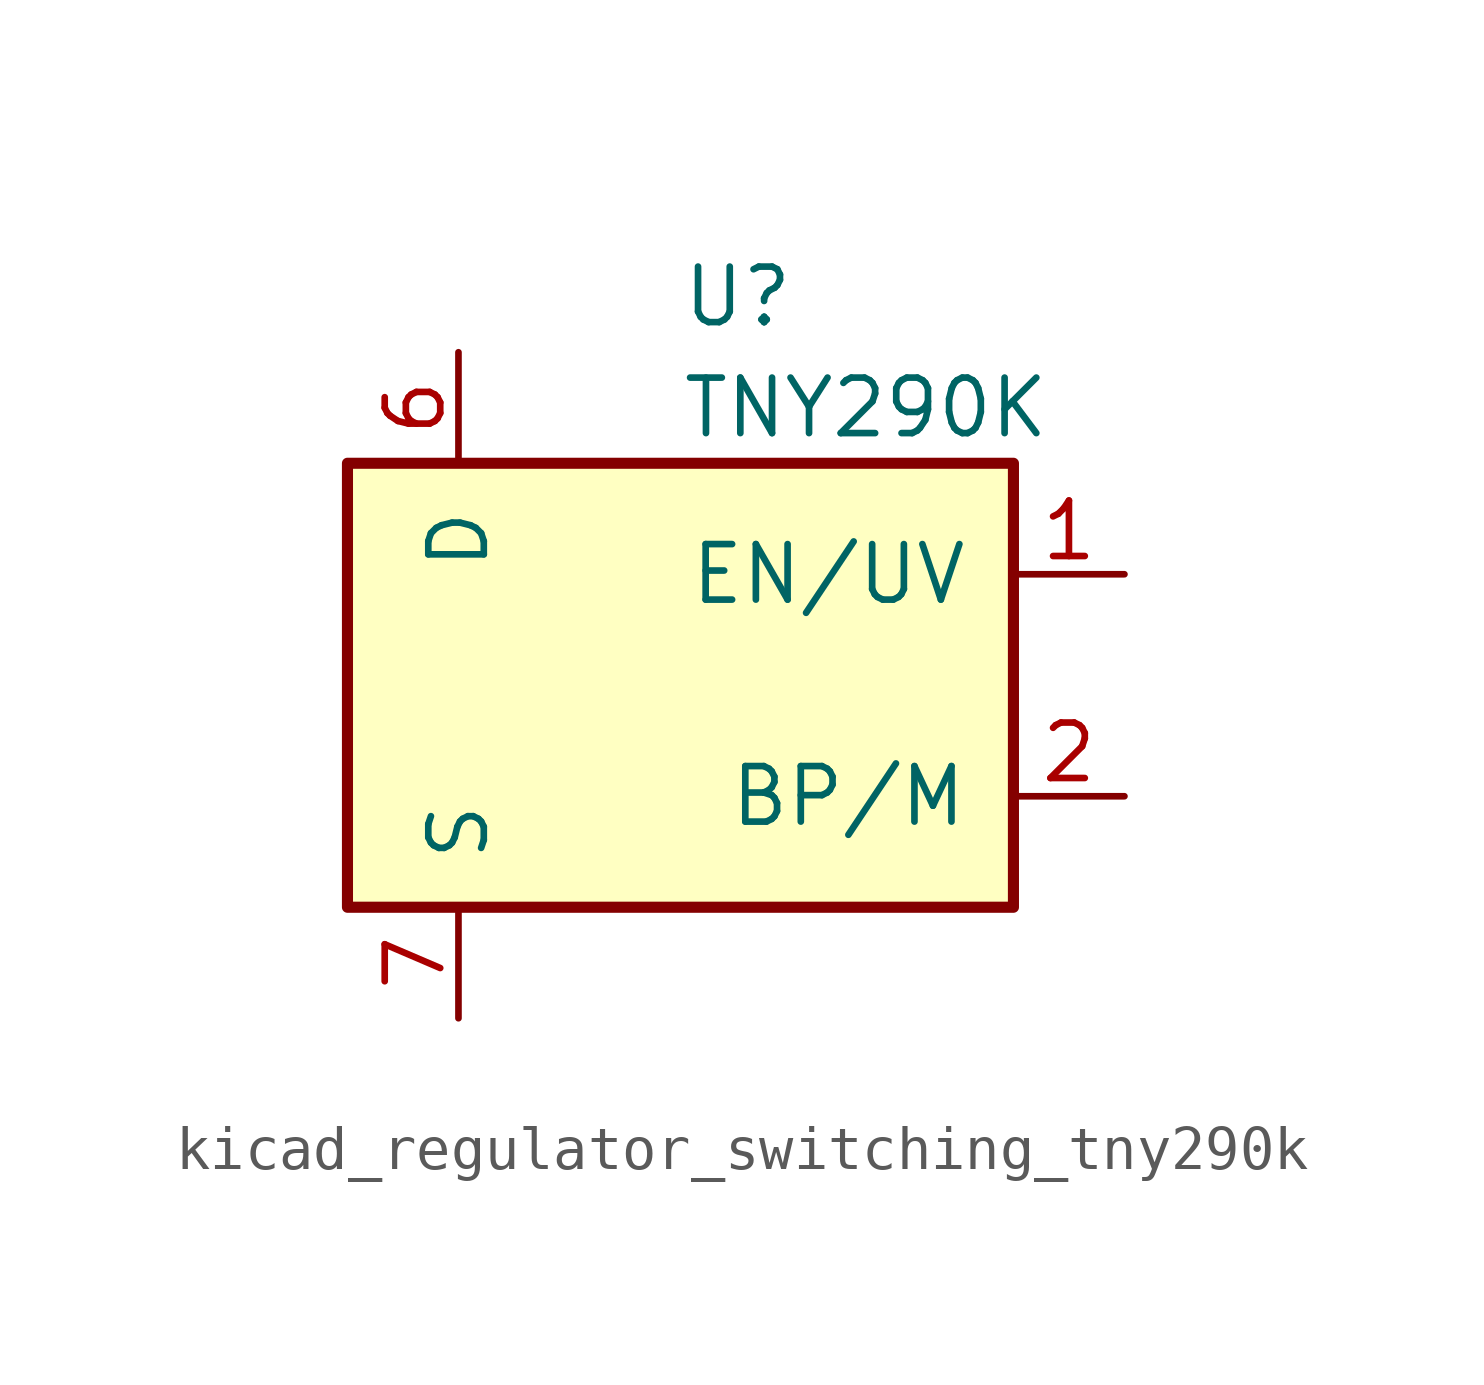
<source format=kicad_sym>
(kicad_symbol_lib
  (version 20220914)
  (generator kicad_symbol_editor)
  (symbol "kicad_regulator_switching_tny290k"
    (pin_names
      (offset 1.016))
    (property "Reference" "U"
      (at 0 8.89 0)
      (effects (font (size 1.27 1.27)) (justify left)))
    (property "Value" "TNY290K"
      (at 0 6.35 0)
      (effects (font (size 1.27 1.27)) (justify left)))
    (symbol "kicad_regulator_switching_tny290k_0_1"
      (rectangle (start -7.62 5.08) (end 7.62 -5.08) (stroke (width 0.254) (type default)) (fill (type background))))
    (symbol "kicad_regulator_switching_tny290k_1_1"
      (pin input line (at 10.16 2.54 180) (length 2.54) (name "EN/UV" (effects (font (size 1.27 1.27)))) (number "1" (effects (font (size 1.27 1.27)))))
      (pin passive line (at -5.08 -7.62 90) (length 2.54) hide (name "S" (effects (font (size 1.27 1.27)))) (number "10" (effects (font (size 1.27 1.27)))))
      (pin passive line (at -5.08 -7.62 90) (length 2.54) hide (name "S" (effects (font (size 1.27 1.27)))) (number "11" (effects (font (size 1.27 1.27)))))
      (pin passive line (at -5.08 -7.62 90) (length 2.54) hide (name "S" (effects (font (size 1.27 1.27)))) (number "12" (effects (font (size 1.27 1.27)))))
      (pin passive line (at -5.08 -7.62 90) (length 2.54) hide (name "S" (effects (font (size 1.27 1.27)))) (number "13" (effects (font (size 1.27 1.27)))))
      (pin input line (at 10.16 -2.54 180) (length 2.54) (name "BP/M" (effects (font (size 1.27 1.27)))) (number "2" (effects (font (size 1.27 1.27)))))
      (pin no_connect line (at -2.54 5.08 270) (length 2.54) hide (name "NC" (effects (font (size 1.27 1.27)))) (number "3" (effects (font (size 1.27 1.27)))))
      (pin no_connect line (at 0 5.08 270) (length 2.54) hide (name "NC" (effects (font (size 1.27 1.27)))) (number "4" (effects (font (size 1.27 1.27)))))
      (pin open_collector line (at -5.08 7.62 270) (length 2.54) (name "D" (effects (font (size 1.27 1.27)))) (number "6" (effects (font (size 1.27 1.27)))))
      (pin power_in line (at -5.08 -7.62 90) (length 2.54) (name "S" (effects (font (size 1.27 1.27)))) (number "7" (effects (font (size 1.27 1.27)))))
      (pin passive line (at -5.08 -7.62 90) (length 2.54) hide (name "S" (effects (font (size 1.27 1.27)))) (number "8" (effects (font (size 1.27 1.27)))))
      (pin passive line (at -5.08 -7.62 90) (length 2.54) hide (name "S" (effects (font (size 1.27 1.27)))) (number "9" (effects (font (size 1.27 1.27))))))))
</source>
